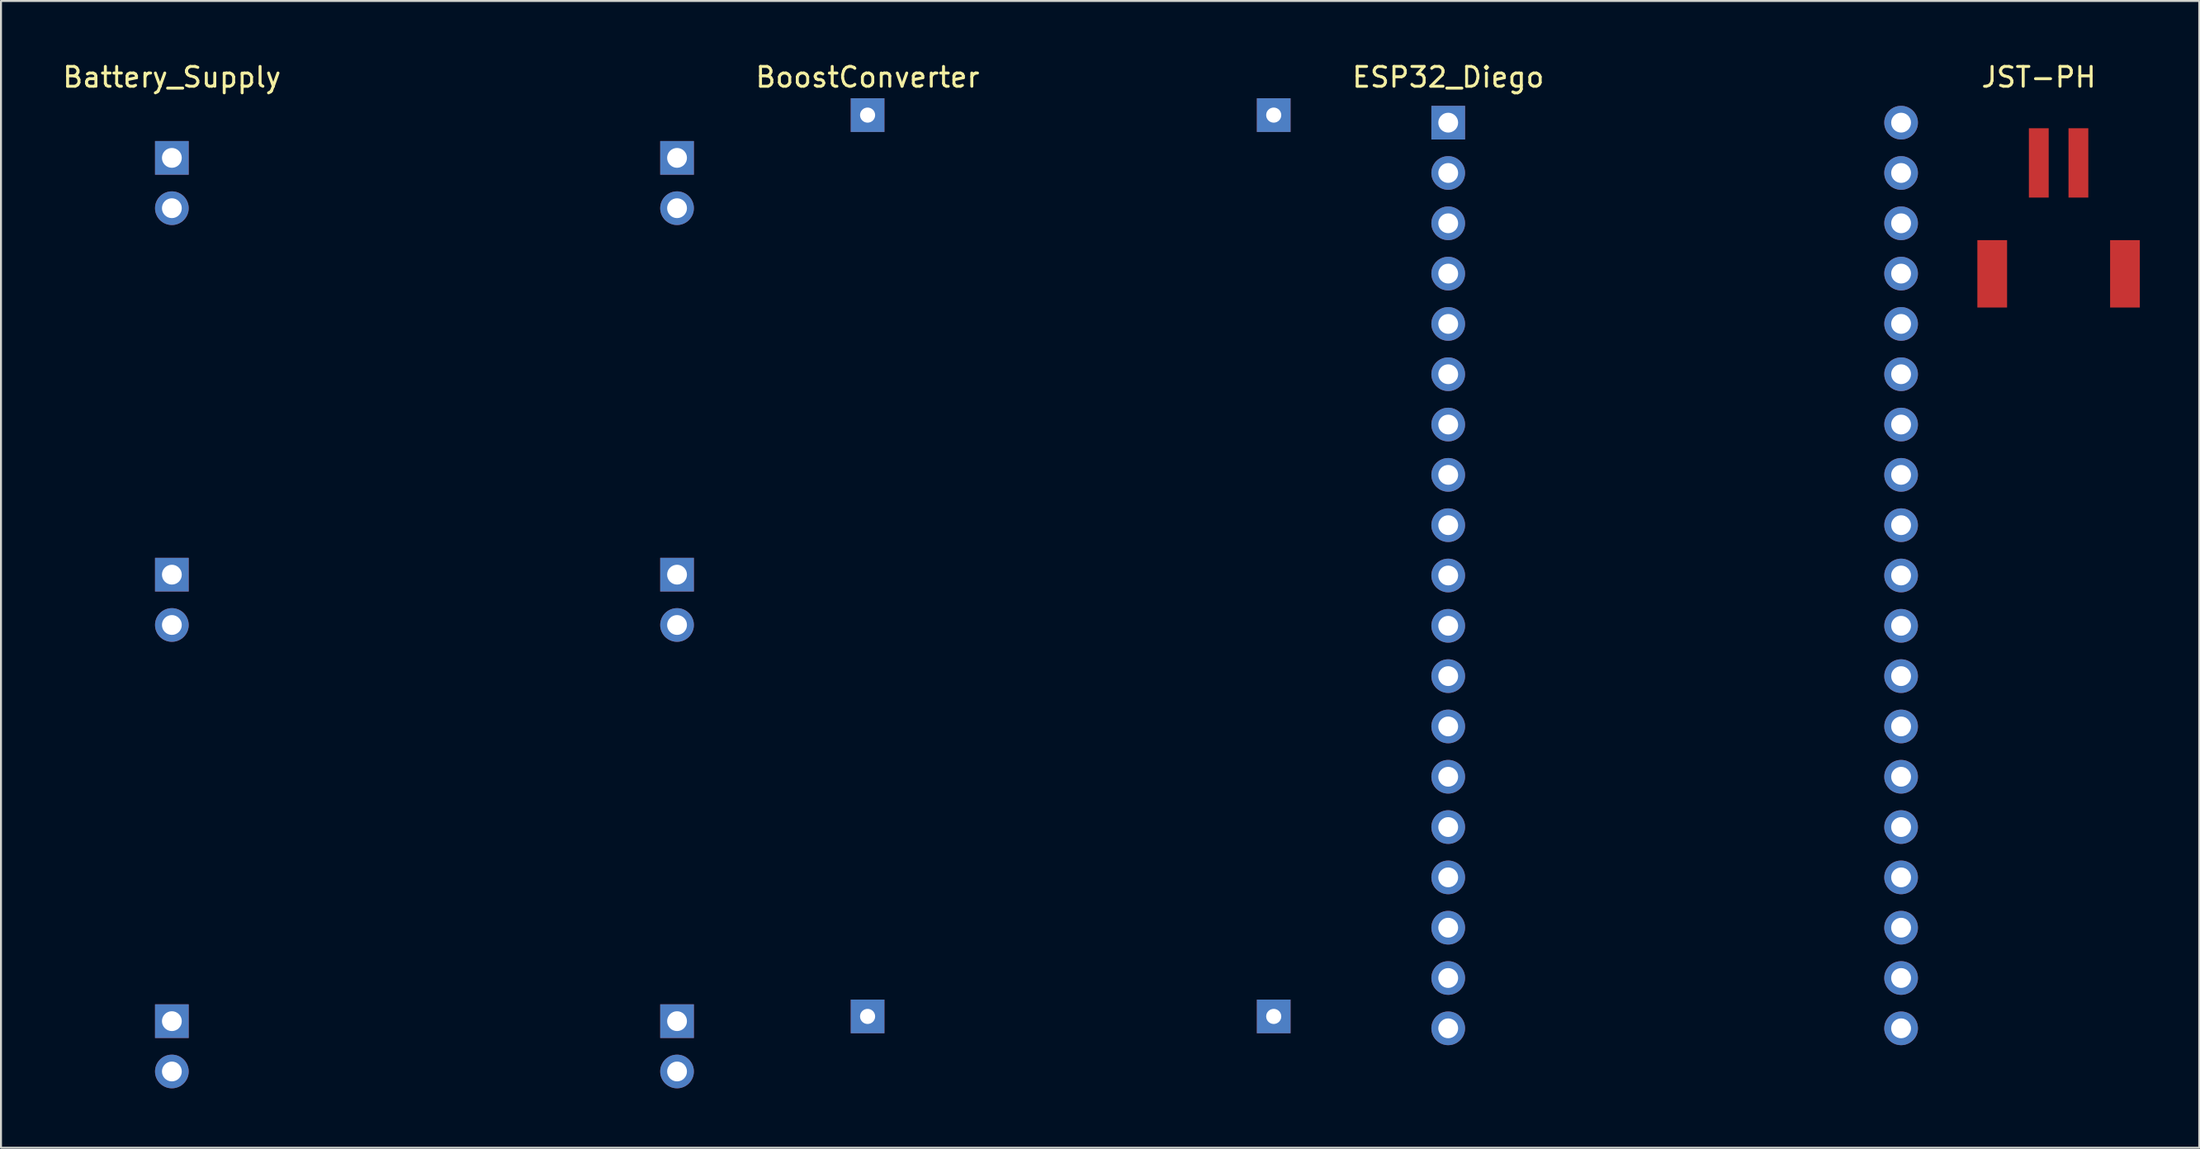
<source format=kicad_pcb>
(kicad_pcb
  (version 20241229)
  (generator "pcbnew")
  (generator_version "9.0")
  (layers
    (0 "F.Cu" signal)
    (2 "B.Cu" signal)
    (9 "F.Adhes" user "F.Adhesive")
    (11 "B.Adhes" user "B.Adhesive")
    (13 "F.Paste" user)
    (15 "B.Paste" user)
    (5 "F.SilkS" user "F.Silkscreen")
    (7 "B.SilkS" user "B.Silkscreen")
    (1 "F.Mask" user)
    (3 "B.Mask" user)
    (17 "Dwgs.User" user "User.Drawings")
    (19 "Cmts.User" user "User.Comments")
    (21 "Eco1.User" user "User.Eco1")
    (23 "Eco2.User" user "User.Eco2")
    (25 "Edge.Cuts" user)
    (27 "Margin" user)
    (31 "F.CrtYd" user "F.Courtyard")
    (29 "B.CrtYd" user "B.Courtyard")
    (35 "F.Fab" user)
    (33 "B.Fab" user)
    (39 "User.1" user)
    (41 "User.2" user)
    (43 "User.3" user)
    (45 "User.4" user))
  (footprint "Battery_Supply"
    (layer "F.Cu")
    (at 5.625 4.92)
    (property "Reference" "Battery_Supply" (at 0 -4.072 0) (layer "F.SilkS") (effects (font (size 1 1) (thickness 0.15))))
    (attr through_hole)
    (pad "1" thru_hole rect (at 0 0) (size 1.7 1.7) (drill 1) (layers "*.Cu" "*.Mask"))
    (pad "2" thru_hole circle (at 0 2.54) (size 1.7 1.7) (drill 1) (layers "*.Cu" "*.Mask"))
    (pad "3" thru_hole rect (at 0 21.04) (size 1.7 1.7) (drill 1) (layers "*.Cu" "*.Mask"))
    (pad "4" thru_hole circle (at 0 23.58) (size 1.7 1.7) (drill 1) (layers "*.Cu" "*.Mask"))
    (pad "5" thru_hole rect (at 0 43.58) (size 1.7 1.7) (drill 1) (layers "*.Cu" "*.Mask"))
    (pad "6" thru_hole circle (at 0 46.12) (size 1.7 1.7) (drill 1) (layers "*.Cu" "*.Mask"))
    (pad "7" thru_hole circle (at 25.5 46.12) (size 1.7 1.7) (drill 1) (layers "*.Cu" "*.Mask"))
    (pad "8" thru_hole rect (at 25.5 43.58) (size 1.7 1.7) (drill 1) (layers "*.Cu" "*.Mask"))
    (pad "9" thru_hole circle (at 25.5 23.58) (size 1.7 1.7) (drill 1) (layers "*.Cu" "*.Mask"))
    (pad "10" thru_hole rect (at 25.5 21.04) (size 1.7 1.7) (drill 1) (layers "*.Cu" "*.Mask"))
    (pad "11" thru_hole circle (at 25.5 2.54) (size 1.7 1.7) (drill 1) (layers "*.Cu" "*.Mask"))
    (pad "12" thru_hole rect (at 25.5 0) (size 1.7 1.7) (drill 1) (layers "*.Cu" "*.Mask")))
  (footprint "JST-PH"
    (layer "F.Cu")
    (at 99.861 5.174)
    (property "Reference" "JST-PH" (at 0 -4.326 0) (layer "F.SilkS") (effects (font (size 1 1) (thickness 0.15))))
    (attr through_hole)
    (pad "" smd rect (at -2.35 5.6) (size 1.5 3.4) (layers "F.Cu" "F.Mask" "F.Paste"))
    (pad "" smd rect (at 4.35 5.6) (size 1.5 3.4) (layers "F.Cu" "F.Mask" "F.Paste"))
    (pad "1" smd rect (at 0 0) (size 1 3.5) (layers "F.Cu" "F.Mask" "F.Paste"))
    (pad "2" smd rect (at 2 0) (size 1 3.5) (layers "F.Cu" "F.Mask" "F.Paste")))
  (footprint "BoostConverter"
    (layer "F.Cu")
    (at 40.743 2.761)
    (property "Reference" "BoostConverter" (at 0 -1.913 0) (layer "F.SilkS") (effects (font (size 1 1) (thickness 0.15))))
    (attr through_hole)
    (pad "1" thru_hole rect (at 0 45.5) (size 1.7 1.7) (drill 0.762) (layers "*.Cu" "*.Mask"))
    (pad "2" thru_hole rect (at 20.5 45.5) (size 1.7 1.7) (drill 0.762) (layers "*.Cu" "*.Mask"))
    (pad "3" thru_hole rect (at 20.5 0) (size 1.7 1.7) (drill 0.762) (layers "*.Cu" "*.Mask"))
    (pad "4" thru_hole rect (at 0 0) (size 1.7 1.7) (drill 0.762) (layers "*.Cu" "*.Mask")))
  (footprint "ESP32_Diego"
    (layer "F.Cu")
    (at 70.051 3.142)
    (property "Reference" "ESP32_Diego" (at 0 -2.294 0) (layer "F.SilkS") (effects (font (size 1 1) (thickness 0.15))))
    (attr through_hole)
    (pad "1" thru_hole rect (at 0 0) (size 1.7 1.7) (drill 1) (layers "*.Cu" "*.Mask"))
    (pad "2" thru_hole circle (at 0 2.54) (size 1.7 1.7) (drill 1) (layers "*.Cu" "*.Mask"))
    (pad "3" thru_hole circle (at 0 5.08) (size 1.7 1.7) (drill 1) (layers "*.Cu" "*.Mask"))
    (pad "4" thru_hole circle (at 0 7.62) (size 1.7 1.7) (drill 1) (layers "*.Cu" "*.Mask"))
    (pad "5" thru_hole circle (at 0 10.16) (size 1.7 1.7) (drill 1) (layers "*.Cu" "*.Mask"))
    (pad "6" thru_hole circle (at 0 12.7) (size 1.7 1.7) (drill 1) (layers "*.Cu" "*.Mask"))
    (pad "7" thru_hole circle (at 0 15.24) (size 1.7 1.7) (drill 1) (layers "*.Cu" "*.Mask"))
    (pad "8" thru_hole circle (at 0 17.78) (size 1.7 1.7) (drill 1) (layers "*.Cu" "*.Mask"))
    (pad "9" thru_hole circle (at 0 20.32) (size 1.7 1.7) (drill 1) (layers "*.Cu" "*.Mask"))
    (pad "10" thru_hole circle (at 0 22.86) (size 1.7 1.7) (drill 1) (layers "*.Cu" "*.Mask"))
    (pad "11" thru_hole circle (at 0 25.4) (size 1.7 1.7) (drill 1) (layers "*.Cu" "*.Mask"))
    (pad "12" thru_hole circle (at 0 27.94) (size 1.7 1.7) (drill 1) (layers "*.Cu" "*.Mask"))
    (pad "13" thru_hole circle (at 0 30.48) (size 1.7 1.7) (drill 1) (layers "*.Cu" "*.Mask"))
    (pad "14" thru_hole circle (at 0 33.02) (size 1.7 1.7) (drill 1) (layers "*.Cu" "*.Mask"))
    (pad "15" thru_hole circle (at 0 35.56) (size 1.7 1.7) (drill 1) (layers "*.Cu" "*.Mask"))
    (pad "16" thru_hole circle (at 0 38.1) (size 1.7 1.7) (drill 1) (layers "*.Cu" "*.Mask"))
    (pad "17" thru_hole circle (at 0 40.64) (size 1.7 1.7) (drill 1) (layers "*.Cu" "*.Mask"))
    (pad "18" thru_hole circle (at 0 43.18) (size 1.7 1.7) (drill 1) (layers "*.Cu" "*.Mask"))
    (pad "19" thru_hole circle (at 0 45.72) (size 1.7 1.7) (drill 1) (layers "*.Cu" "*.Mask"))
    (pad "20" thru_hole circle (at 22.86 45.72) (size 1.7 1.7) (drill 1) (layers "*.Cu" "*.Mask"))
    (pad "21" thru_hole circle (at 22.86 43.18) (size 1.7 1.7) (drill 1) (layers "*.Cu" "*.Mask"))
    (pad "22" thru_hole circle (at 22.86 40.64) (size 1.7 1.7) (drill 1) (layers "*.Cu" "*.Mask"))
    (pad "23" thru_hole circle (at 22.86 38.1) (size 1.7 1.7) (drill 1) (layers "*.Cu" "*.Mask"))
    (pad "24" thru_hole circle (at 22.86 35.56) (size 1.7 1.7) (drill 1) (layers "*.Cu" "*.Mask"))
    (pad "25" thru_hole circle (at 22.86 33.02) (size 1.7 1.7) (drill 1) (layers "*.Cu" "*.Mask"))
    (pad "26" thru_hole circle (at 22.86 30.48) (size 1.7 1.7) (drill 1) (layers "*.Cu" "*.Mask"))
    (pad "27" thru_hole circle (at 22.86 27.94) (size 1.7 1.7) (drill 1) (layers "*.Cu" "*.Mask"))
    (pad "28" thru_hole circle (at 22.86 25.4) (size 1.7 1.7) (drill 1) (layers "*.Cu" "*.Mask"))
    (pad "29" thru_hole circle (at 22.86 22.86) (size 1.7 1.7) (drill 1) (layers "*.Cu" "*.Mask"))
    (pad "30" thru_hole circle (at 22.86 20.32) (size 1.7 1.7) (drill 1) (layers "*.Cu" "*.Mask"))
    (pad "31" thru_hole circle (at 22.86 17.78) (size 1.7 1.7) (drill 1) (layers "*.Cu" "*.Mask"))
    (pad "32" thru_hole circle (at 22.86 15.24) (size 1.7 1.7) (drill 1) (layers "*.Cu" "*.Mask"))
    (pad "33" thru_hole circle (at 22.86 12.7) (size 1.7 1.7) (drill 1) (layers "*.Cu" "*.Mask"))
    (pad "34" thru_hole circle (at 22.86 10.16) (size 1.7 1.7) (drill 1) (layers "*.Cu" "*.Mask"))
    (pad "35" thru_hole circle (at 22.86 7.62) (size 1.7 1.7) (drill 1) (layers "*.Cu" "*.Mask"))
    (pad "36" thru_hole circle (at 22.86 5.08) (size 1.7 1.7) (drill 1) (layers "*.Cu" "*.Mask"))
    (pad "37" thru_hole circle (at 22.86 2.54) (size 1.7 1.7) (drill 1) (layers "*.Cu" "*.Mask"))
    (pad "38" thru_hole circle (at 22.86 0) (size 1.7 1.7) (drill 1) (layers "*.Cu" "*.Mask")))
  (gr_rect
    (start -3 -3)
    (end 107.961 54.89)
    (stroke (width 0.1) (type default))
    (fill no)
    (layer "Edge.Cuts")))
</source>
